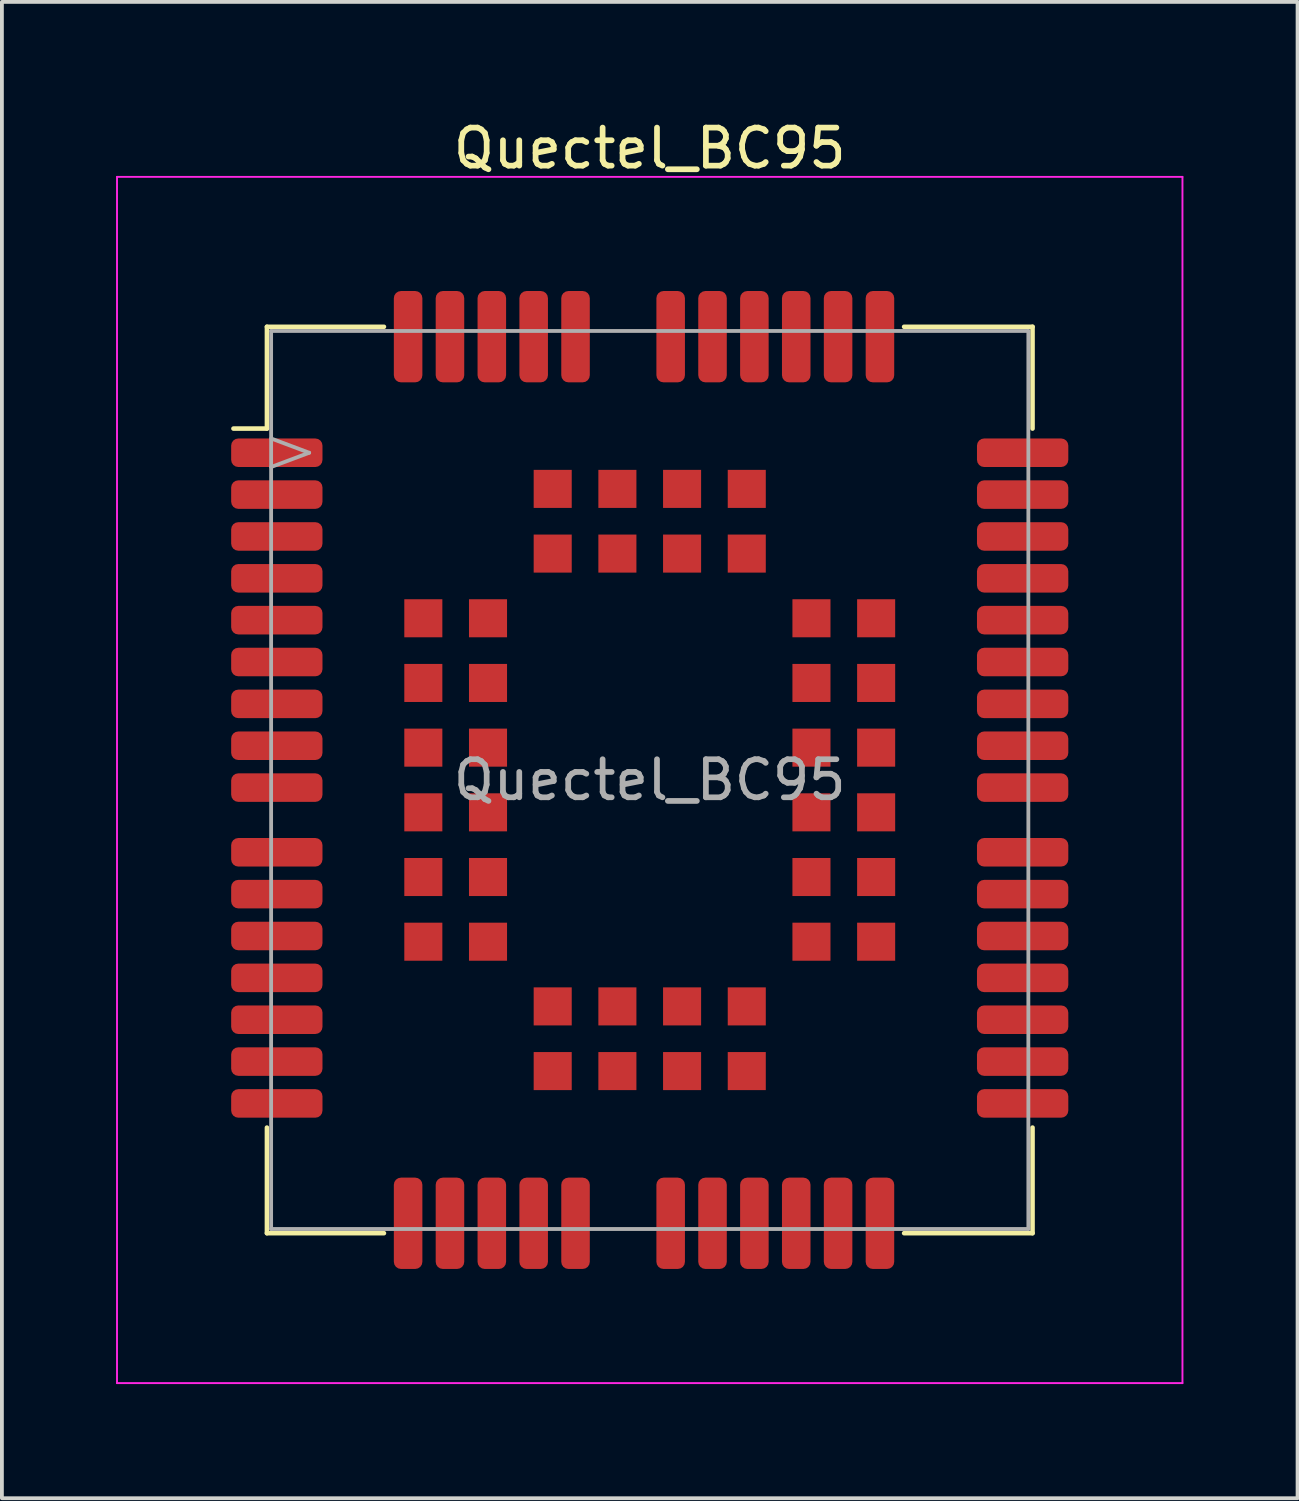
<source format=kicad_pcb>
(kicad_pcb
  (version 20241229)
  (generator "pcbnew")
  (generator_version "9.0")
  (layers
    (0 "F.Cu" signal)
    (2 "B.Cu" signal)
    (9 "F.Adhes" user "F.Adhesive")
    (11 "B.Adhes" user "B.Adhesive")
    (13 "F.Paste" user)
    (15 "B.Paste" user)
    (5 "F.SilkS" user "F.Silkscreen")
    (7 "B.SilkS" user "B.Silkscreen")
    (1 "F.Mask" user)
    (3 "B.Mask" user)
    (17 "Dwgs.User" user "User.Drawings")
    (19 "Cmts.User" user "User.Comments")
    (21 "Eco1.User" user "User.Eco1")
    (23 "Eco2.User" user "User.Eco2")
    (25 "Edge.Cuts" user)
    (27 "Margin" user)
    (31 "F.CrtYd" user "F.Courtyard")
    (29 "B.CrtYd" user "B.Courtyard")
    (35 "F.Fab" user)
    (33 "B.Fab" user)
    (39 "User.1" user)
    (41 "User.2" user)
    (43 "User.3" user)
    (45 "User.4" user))
  (footprint "Quectel_BC95"
    (layer "F.Cu")
    (at 14.025 17.448)
    (property "Reference" "Quectel_BC95" (at 0 -16.6 0) (unlocked yes) (layer "F.SilkS") (effects (font (size 1 1) (thickness 0.15))))
    (attr smd)
    (fp_line (start -10.94 -9.235) (end -10.06 -9.235) (stroke (width 0.12) (type solid)) (layer "F.SilkS"))
    (fp_line (start -10.06 -11.91) (end -10.06 -9.235) (stroke (width 0.12) (type solid)) (layer "F.SilkS"))
    (fp_line (start -10.06 -11.91) (end -6.985 -11.91) (stroke (width 0.12) (type solid)) (layer "F.SilkS"))
    (fp_line (start -10.06 9.135) (end -10.06 11.91) (stroke (width 0.12) (type solid)) (layer "F.SilkS"))
    (fp_line (start -10.06 11.91) (end -6.985 11.91) (stroke (width 0.12) (type solid)) (layer "F.SilkS"))
    (fp_line (start 6.685 -11.91) (end 10.06 -11.91) (stroke (width 0.12) (type solid)) (layer "F.SilkS"))
    (fp_line (start 6.685 11.91) (end 10.06 11.91) (stroke (width 0.12) (type solid)) (layer "F.SilkS"))
    (fp_line (start 10.06 -11.91) (end 10.06 -9.235) (stroke (width 0.12) (type solid)) (layer "F.SilkS"))
    (fp_line (start 10.06 11.91) (end 10.06 9.135) (stroke (width 0.12) (type solid)) (layer "F.SilkS"))
    (fp_line (start -14 -15.85) (end -14 15.85) (stroke (width 0.05) (type solid)) (layer "F.CrtYd"))
    (fp_line (start -14 -15.85) (end 14 -15.85) (stroke (width 0.05) (type solid)) (layer "F.CrtYd"))
    (fp_line (start -14 15.85) (end 14 15.85) (stroke (width 0.05) (type solid)) (layer "F.CrtYd"))
    (fp_line (start 14 -15.85) (end 14 15.85) (stroke (width 0.05) (type solid)) (layer "F.CrtYd"))
    (fp_line (start -9.95 -11.8) (end -9.95 11.8) (stroke (width 0.1) (type solid)) (layer "F.Fab"))
    (fp_line (start -9.95 -11.8) (end 9.95 -11.8) (stroke (width 0.1) (type solid)) (layer "F.Fab"))
    (fp_line (start -9.95 -8.975) (end -8.95 -8.6) (stroke (width 0.1) (type solid)) (layer "F.Fab"))
    (fp_line (start -9.95 11.8) (end 9.95 11.8) (stroke (width 0.1) (type solid)) (layer "F.Fab"))
    (fp_line (start -8.95 -8.6) (end -9.95 -8.225) (stroke (width 0.1) (type solid)) (layer "F.Fab"))
    (fp_line (start 9.95 -11.8) (end 9.95 11.8) (stroke (width 0.1) (type solid)) (layer "F.Fab"))
    (fp_text user "${REFERENCE}" (at 0 0 0) (layer "F.Fab") (effects (font (size 1 1) (thickness 0.15))))
    (pad "" smd roundrect (at -10.1 -8.6) (size 2.6 0.637) (layers "F.Paste") (roundrect_rratio 0.25))
    (pad "" smd roundrect (at -10.1 -7.5) (size 2.6 0.637) (layers "F.Paste") (roundrect_rratio 0.25))
    (pad "" smd roundrect (at -10.1 -6.4) (size 2.6 0.637) (layers "F.Paste") (roundrect_rratio 0.25))
    (pad "" smd roundrect (at -10.1 -5.3) (size 2.6 0.637) (layers "F.Paste") (roundrect_rratio 0.25))
    (pad "" smd roundrect (at -10.1 -4.2) (size 2.6 0.637) (layers "F.Paste") (roundrect_rratio 0.25))
    (pad "" smd roundrect (at -10.1 -3.1) (size 2.6 0.637) (layers "F.Paste") (roundrect_rratio 0.25))
    (pad "" smd roundrect (at -10.1 -2) (size 2.6 0.637) (layers "F.Paste") (roundrect_rratio 0.25))
    (pad "" smd roundrect (at -10.1 -0.9) (size 2.6 0.637) (layers "F.Paste") (roundrect_rratio 0.25))
    (pad "" smd roundrect (at -10.1 0.2) (size 2.6 0.637) (layers "F.Paste") (roundrect_rratio 0.25))
    (pad "" smd roundrect (at -10.1 1.9) (size 2.6 0.637) (layers "F.Paste") (roundrect_rratio 0.25))
    (pad "" smd roundrect (at -10.1 3) (size 2.6 0.637) (layers "F.Paste") (roundrect_rratio 0.25))
    (pad "" smd roundrect (at -10.1 4.1) (size 2.6 0.637) (layers "F.Paste") (roundrect_rratio 0.25))
    (pad "" smd roundrect (at -10.1 5.2) (size 2.6 0.637) (layers "F.Paste") (roundrect_rratio 0.25))
    (pad "" smd roundrect (at -10.1 6.3) (size 2.6 0.637) (layers "F.Paste") (roundrect_rratio 0.25))
    (pad "" smd roundrect (at -10.1 7.4) (size 2.6 0.637) (layers "F.Paste") (roundrect_rratio 0.25))
    (pad "" smd roundrect (at -10.1 8.5) (size 2.6 0.637) (layers "F.Paste") (roundrect_rratio 0.25))
    (pad "" smd roundrect (at -6.35 -11.95 90) (size 2.6 0.637) (layers "F.Paste") (roundrect_rratio 0.25))
    (pad "" smd roundrect (at -6.35 11.95 90) (size 2.6 0.637) (layers "F.Paste") (roundrect_rratio 0.25))
    (pad "" smd circle (at -5.95 -4.25) (size 0.9 0.9) (layers "F.Paste"))
    (pad "" smd circle (at -5.95 -2.55) (size 0.9 0.9) (layers "F.Paste"))
    (pad "" smd circle (at -5.95 -0.85) (size 0.9 0.9) (layers "F.Paste"))
    (pad "" smd circle (at -5.95 0.85) (size 0.9 0.9) (layers "F.Paste"))
    (pad "" smd circle (at -5.95 2.55) (size 0.9 0.9) (layers "F.Paste"))
    (pad "" smd circle (at -5.95 4.25) (size 0.9 0.9) (layers "F.Paste"))
    (pad "" smd roundrect (at -5.25 -11.95 90) (size 2.6 0.637) (layers "F.Paste") (roundrect_rratio 0.25))
    (pad "" smd roundrect (at -5.25 11.95 90) (size 2.6 0.637) (layers "F.Paste") (roundrect_rratio 0.25))
    (pad "" smd circle (at -4.25 -4.25) (size 0.9 0.9) (layers "F.Paste"))
    (pad "" smd circle (at -4.25 -2.55) (size 0.9 0.9) (layers "F.Paste"))
    (pad "" smd circle (at -4.25 -0.85) (size 0.9 0.9) (layers "F.Paste"))
    (pad "" smd circle (at -4.25 0.85) (size 0.9 0.9) (layers "F.Paste"))
    (pad "" smd circle (at -4.25 2.55) (size 0.9 0.9) (layers "F.Paste"))
    (pad "" smd circle (at -4.25 4.25) (size 0.9 0.9) (layers "F.Paste"))
    (pad "" smd roundrect (at -4.15 -11.95 90) (size 2.6 0.637) (layers "F.Paste") (roundrect_rratio 0.25))
    (pad "" smd roundrect (at -4.15 11.95 90) (size 2.6 0.637) (layers "F.Paste") (roundrect_rratio 0.25))
    (pad "" smd roundrect (at -3.05 -11.95 90) (size 2.6 0.637) (layers "F.Paste") (roundrect_rratio 0.25))
    (pad "" smd roundrect (at -3.05 11.95 90) (size 2.6 0.637) (layers "F.Paste") (roundrect_rratio 0.25))
    (pad "" smd circle (at -2.55 -7.65) (size 0.9 0.9) (layers "F.Paste"))
    (pad "" smd circle (at -2.55 -5.95) (size 0.9 0.9) (layers "F.Paste"))
    (pad "" smd circle (at -2.55 5.95) (size 0.9 0.9) (layers "F.Paste"))
    (pad "" smd circle (at -2.55 7.65) (size 0.9 0.9) (layers "F.Paste"))
    (pad "" smd roundrect (at -1.95 -11.95 90) (size 2.6 0.637) (layers "F.Paste") (roundrect_rratio 0.25))
    (pad "" smd roundrect (at -1.95 11.95 90) (size 2.6 0.637) (layers "F.Paste") (roundrect_rratio 0.25))
    (pad "" smd circle (at -0.85 -7.65) (size 0.9 0.9) (layers "F.Paste"))
    (pad "" smd circle (at -0.85 -5.95) (size 0.9 0.9) (layers "F.Paste"))
    (pad "" smd circle (at -0.85 5.95) (size 0.9 0.9) (layers "F.Paste"))
    (pad "" smd circle (at -0.85 7.65) (size 0.9 0.9) (layers "F.Paste"))
    (pad "" smd roundrect (at 0.55 -11.95 90) (size 2.6 0.637) (layers "F.Paste") (roundrect_rratio 0.25))
    (pad "" smd roundrect (at 0.55 11.95 90) (size 2.6 0.637) (layers "F.Paste") (roundrect_rratio 0.25))
    (pad "" smd circle (at 0.85 -7.65) (size 0.9 0.9) (layers "F.Paste"))
    (pad "" smd circle (at 0.85 -5.95) (size 0.9 0.9) (layers "F.Paste"))
    (pad "" smd circle (at 0.85 5.95) (size 0.9 0.9) (layers "F.Paste"))
    (pad "" smd circle (at 0.85 7.65) (size 0.9 0.9) (layers "F.Paste"))
    (pad "" smd roundrect (at 1.65 -11.95 90) (size 2.6 0.637) (layers "F.Paste") (roundrect_rratio 0.25))
    (pad "" smd roundrect (at 1.65 11.95 90) (size 2.6 0.637) (layers "F.Paste") (roundrect_rratio 0.25))
    (pad "" smd circle (at 2.55 -7.65) (size 0.9 0.9) (layers "F.Paste"))
    (pad "" smd circle (at 2.55 -5.95) (size 0.9 0.9) (layers "F.Paste"))
    (pad "" smd circle (at 2.55 5.95) (size 0.9 0.9) (layers "F.Paste"))
    (pad "" smd circle (at 2.55 7.65) (size 0.9 0.9) (layers "F.Paste"))
    (pad "" smd roundrect (at 2.75 -11.95 90) (size 2.6 0.637) (layers "F.Paste") (roundrect_rratio 0.25))
    (pad "" smd roundrect (at 2.75 11.95 90) (size 2.6 0.637) (layers "F.Paste") (roundrect_rratio 0.25))
    (pad "" smd roundrect (at 3.85 -11.95 90) (size 2.6 0.637) (layers "F.Paste") (roundrect_rratio 0.25))
    (pad "" smd roundrect (at 3.85 11.95 90) (size 2.6 0.637) (layers "F.Paste") (roundrect_rratio 0.25))
    (pad "" smd circle (at 4.25 -4.25) (size 0.9 0.9) (layers "F.Paste"))
    (pad "" smd circle (at 4.25 -2.55) (size 0.9 0.9) (layers "F.Paste"))
    (pad "" smd circle (at 4.25 -0.85) (size 0.9 0.9) (layers "F.Paste"))
    (pad "" smd circle (at 4.25 0.85) (size 0.9 0.9) (layers "F.Paste"))
    (pad "" smd circle (at 4.25 2.55) (size 0.9 0.9) (layers "F.Paste"))
    (pad "" smd circle (at 4.25 4.25) (size 0.9 0.9) (layers "F.Paste"))
    (pad "" smd roundrect (at 4.95 -11.95 90) (size 2.6 0.637) (layers "F.Paste") (roundrect_rratio 0.25))
    (pad "" smd roundrect (at 4.95 11.95 90) (size 2.6 0.637) (layers "F.Paste") (roundrect_rratio 0.25))
    (pad "" smd circle (at 5.95 -4.25) (size 0.9 0.9) (layers "F.Paste"))
    (pad "" smd circle (at 5.95 -2.55) (size 0.9 0.9) (layers "F.Paste"))
    (pad "" smd circle (at 5.95 -0.85) (size 0.9 0.9) (layers "F.Paste"))
    (pad "" smd circle (at 5.95 0.85) (size 0.9 0.9) (layers "F.Paste"))
    (pad "" smd circle (at 5.95 2.55) (size 0.9 0.9) (layers "F.Paste"))
    (pad "" smd circle (at 5.95 4.25) (size 0.9 0.9) (layers "F.Paste"))
    (pad "" smd roundrect (at 6.05 -11.95 90) (size 2.6 0.637) (layers "F.Paste") (roundrect_rratio 0.25))
    (pad "" smd roundrect (at 6.05 11.95 90) (size 2.6 0.637) (layers "F.Paste") (roundrect_rratio 0.25))
    (pad "" smd roundrect (at 10.1 -8.6) (size 2.6 0.637) (layers "F.Paste") (roundrect_rratio 0.25))
    (pad "" smd roundrect (at 10.1 -7.5) (size 2.6 0.637) (layers "F.Paste") (roundrect_rratio 0.25))
    (pad "" smd roundrect (at 10.1 -6.4) (size 2.6 0.637) (layers "F.Paste") (roundrect_rratio 0.25))
    (pad "" smd roundrect (at 10.1 -5.3) (size 2.6 0.637) (layers "F.Paste") (roundrect_rratio 0.25))
    (pad "" smd roundrect (at 10.1 -4.2) (size 2.6 0.637) (layers "F.Paste") (roundrect_rratio 0.25))
    (pad "" smd roundrect (at 10.1 -3.1) (size 2.6 0.637) (layers "F.Paste") (roundrect_rratio 0.25))
    (pad "" smd roundrect (at 10.1 -2) (size 2.6 0.637) (layers "F.Paste") (roundrect_rratio 0.25))
    (pad "" smd roundrect (at 10.1 -0.9) (size 2.6 0.637) (layers "F.Paste") (roundrect_rratio 0.25))
    (pad "" smd roundrect (at 10.1 0.2) (size 2.6 0.637) (layers "F.Paste") (roundrect_rratio 0.25))
    (pad "" smd roundrect (at 10.1 1.9) (size 2.6 0.637) (layers "F.Paste") (roundrect_rratio 0.25))
    (pad "" smd roundrect (at 10.1 3) (size 2.6 0.637) (layers "F.Paste") (roundrect_rratio 0.25))
    (pad "" smd roundrect (at 10.1 4.1) (size 2.6 0.637) (layers "F.Paste") (roundrect_rratio 0.25))
    (pad "" smd roundrect (at 10.1 5.2) (size 2.6 0.637) (layers "F.Paste") (roundrect_rratio 0.25))
    (pad "" smd roundrect (at 10.1 6.3) (size 2.6 0.637) (layers "F.Paste") (roundrect_rratio 0.25))
    (pad "" smd roundrect (at 10.1 7.4) (size 2.6 0.637) (layers "F.Paste") (roundrect_rratio 0.25))
    (pad "" smd roundrect (at 10.1 8.5) (size 2.6 0.637) (layers "F.Paste") (roundrect_rratio 0.25))
    (pad "1" smd roundrect (at -9.8 -8.6) (size 2.4 0.75) (layers "F.Cu" "F.Mask") (roundrect_rratio 0.25))
    (pad "2" smd roundrect (at -9.8 -7.5) (size 2.4 0.75) (layers "F.Cu" "F.Mask") (roundrect_rratio 0.25))
    (pad "3" smd roundrect (at -9.8 -6.4) (size 2.4 0.75) (layers "F.Cu" "F.Mask") (roundrect_rratio 0.25))
    (pad "4" smd roundrect (at -9.8 -5.3) (size 2.4 0.75) (layers "F.Cu" "F.Mask") (roundrect_rratio 0.25))
    (pad "5" smd roundrect (at -9.8 -4.2) (size 2.4 0.75) (layers "F.Cu" "F.Mask") (roundrect_rratio 0.25))
    (pad "6" smd roundrect (at -9.8 -3.1) (size 2.4 0.75) (layers "F.Cu" "F.Mask") (roundrect_rratio 0.25))
    (pad "7" smd roundrect (at -9.8 -2) (size 2.4 0.75) (layers "F.Cu" "F.Mask") (roundrect_rratio 0.25))
    (pad "8" smd roundrect (at -9.8 -0.9) (size 2.4 0.75) (layers "F.Cu" "F.Mask") (roundrect_rratio 0.25))
    (pad "9" smd roundrect (at -9.8 0.2) (size 2.4 0.75) (layers "F.Cu" "F.Mask") (roundrect_rratio 0.25))
    (pad "10" smd roundrect (at -9.8 1.9) (size 2.4 0.75) (layers "F.Cu" "F.Mask") (roundrect_rratio 0.25))
    (pad "11" smd roundrect (at -9.8 3) (size 2.4 0.75) (layers "F.Cu" "F.Mask") (roundrect_rratio 0.25))
    (pad "12" smd roundrect (at -9.8 4.1) (size 2.4 0.75) (layers "F.Cu" "F.Mask") (roundrect_rratio 0.25))
    (pad "13" smd roundrect (at -9.8 5.2) (size 2.4 0.75) (layers "F.Cu" "F.Mask") (roundrect_rratio 0.25))
    (pad "14" smd roundrect (at -9.8 6.3) (size 2.4 0.75) (layers "F.Cu" "F.Mask") (roundrect_rratio 0.25))
    (pad "15" smd roundrect (at -9.8 7.4) (size 2.4 0.75) (layers "F.Cu" "F.Mask") (roundrect_rratio 0.25))
    (pad "16" smd roundrect (at -9.8 8.5) (size 2.4 0.75) (layers "F.Cu" "F.Mask") (roundrect_rratio 0.25))
    (pad "17" smd roundrect (at -6.35 11.65) (size 0.75 2.4) (layers "F.Cu" "F.Mask") (roundrect_rratio 0.25))
    (pad "18" smd roundrect (at -5.25 11.65) (size 0.75 2.4) (layers "F.Cu" "F.Mask") (roundrect_rratio 0.25))
    (pad "19" smd roundrect (at -4.15 11.65) (size 0.75 2.4) (layers "F.Cu" "F.Mask") (roundrect_rratio 0.25))
    (pad "20" smd roundrect (at -3.05 11.65) (size 0.75 2.4) (layers "F.Cu" "F.Mask") (roundrect_rratio 0.25))
    (pad "21" smd roundrect (at -1.95 11.65) (size 0.75 2.4) (layers "F.Cu" "F.Mask") (roundrect_rratio 0.25))
    (pad "22" smd roundrect (at 0.55 11.65) (size 0.75 2.4) (layers "F.Cu" "F.Mask") (roundrect_rratio 0.25))
    (pad "23" smd roundrect (at 1.65 11.65) (size 0.75 2.4) (layers "F.Cu" "F.Mask") (roundrect_rratio 0.25))
    (pad "24" smd roundrect (at 2.75 11.65) (size 0.75 2.4) (layers "F.Cu" "F.Mask") (roundrect_rratio 0.25))
    (pad "25" smd roundrect (at 3.85 11.65) (size 0.75 2.4) (layers "F.Cu" "F.Mask") (roundrect_rratio 0.25))
    (pad "26" smd roundrect (at 4.95 11.65) (size 0.75 2.4) (layers "F.Cu" "F.Mask") (roundrect_rratio 0.25))
    (pad "27" smd roundrect (at 6.05 11.65) (size 0.75 2.4) (layers "F.Cu" "F.Mask") (roundrect_rratio 0.25))
    (pad "28" smd roundrect (at 9.8 8.5) (size 2.4 0.75) (layers "F.Cu" "F.Mask") (roundrect_rratio 0.25))
    (pad "29" smd roundrect (at 9.8 7.4) (size 2.4 0.75) (layers "F.Cu" "F.Mask") (roundrect_rratio 0.25))
    (pad "30" smd roundrect (at 9.8 6.3) (size 2.4 0.75) (layers "F.Cu" "F.Mask") (roundrect_rratio 0.25))
    (pad "31" smd roundrect (at 9.8 5.2) (size 2.4 0.75) (layers "F.Cu" "F.Mask") (roundrect_rratio 0.25))
    (pad "32" smd roundrect (at 9.8 4.1) (size 2.4 0.75) (layers "F.Cu" "F.Mask") (roundrect_rratio 0.25))
    (pad "33" smd roundrect (at 9.8 3) (size 2.4 0.75) (layers "F.Cu" "F.Mask") (roundrect_rratio 0.25))
    (pad "34" smd roundrect (at 9.8 1.9) (size 2.4 0.75) (layers "F.Cu" "F.Mask") (roundrect_rratio 0.25))
    (pad "35" smd roundrect (at 9.8 0.2) (size 2.4 0.75) (layers "F.Cu" "F.Mask") (roundrect_rratio 0.25))
    (pad "36" smd roundrect (at 9.8 -0.9) (size 2.4 0.75) (layers "F.Cu" "F.Mask") (roundrect_rratio 0.25))
    (pad "37" smd roundrect (at 9.8 -2) (size 2.4 0.75) (layers "F.Cu" "F.Mask") (roundrect_rratio 0.25))
    (pad "38" smd roundrect (at 9.8 -3.1) (size 2.4 0.75) (layers "F.Cu" "F.Mask") (roundrect_rratio 0.25))
    (pad "39" smd roundrect (at 9.8 -4.2) (size 2.4 0.75) (layers "F.Cu" "F.Mask") (roundrect_rratio 0.25))
    (pad "40" smd roundrect (at 9.8 -5.3) (size 2.4 0.75) (layers "F.Cu" "F.Mask") (roundrect_rratio 0.25))
    (pad "41" smd roundrect (at 9.8 -6.4) (size 2.4 0.75) (layers "F.Cu" "F.Mask") (roundrect_rratio 0.25))
    (pad "42" smd roundrect (at 9.8 -7.5) (size 2.4 0.75) (layers "F.Cu" "F.Mask") (roundrect_rratio 0.25))
    (pad "43" smd roundrect (at 9.8 -8.6) (size 2.4 0.75) (layers "F.Cu" "F.Mask") (roundrect_rratio 0.25))
    (pad "44" smd roundrect (at 6.05 -11.65) (size 0.75 2.4) (layers "F.Cu" "F.Mask") (roundrect_rratio 0.25))
    (pad "45" smd roundrect (at 4.95 -11.65) (size 0.75 2.4) (layers "F.Cu" "F.Mask") (roundrect_rratio 0.25))
    (pad "46" smd roundrect (at 3.85 -11.65) (size 0.75 2.4) (layers "F.Cu" "F.Mask") (roundrect_rratio 0.25))
    (pad "47" smd roundrect (at 2.75 -11.65) (size 0.75 2.4) (layers "F.Cu" "F.Mask") (roundrect_rratio 0.25))
    (pad "48" smd roundrect (at 1.65 -11.65) (size 0.75 2.4) (layers "F.Cu" "F.Mask") (roundrect_rratio 0.25))
    (pad "49" smd roundrect (at 0.55 -11.65) (size 0.75 2.4) (layers "F.Cu" "F.Mask") (roundrect_rratio 0.25))
    (pad "50" smd roundrect (at -1.95 -11.65) (size 0.75 2.4) (layers "F.Cu" "F.Mask") (roundrect_rratio 0.25))
    (pad "51" smd roundrect (at -3.05 -11.65) (size 0.75 2.4) (layers "F.Cu" "F.Mask") (roundrect_rratio 0.25))
    (pad "52" smd roundrect (at -4.15 -11.65) (size 0.75 2.4) (layers "F.Cu" "F.Mask") (roundrect_rratio 0.25))
    (pad "53" smd roundrect (at -5.25 -11.65) (size 0.75 2.4) (layers "F.Cu" "F.Mask") (roundrect_rratio 0.25))
    (pad "54" smd roundrect (at -6.35 -11.65) (size 0.75 2.4) (layers "F.Cu" "F.Mask") (roundrect_rratio 0.25))
    (pad "55" smd rect (at -5.95 -4.25) (size 1 1) (layers "F.Cu" "F.Mask"))
    (pad "56" smd rect (at -5.95 -2.55) (size 1 1) (layers "F.Cu" "F.Mask"))
    (pad "57" smd rect (at -5.95 -0.85) (size 1 1) (layers "F.Cu" "F.Mask"))
    (pad "58" smd rect (at -5.95 0.85) (size 1 1) (layers "F.Cu" "F.Mask"))
    (pad "59" smd rect (at -5.95 2.55) (size 1 1) (layers "F.Cu" "F.Mask"))
    (pad "60" smd rect (at -5.95 4.25) (size 1 1) (layers "F.Cu" "F.Mask"))
    (pad "61" smd rect (at -2.55 7.65) (size 1 1) (layers "F.Cu" "F.Mask"))
    (pad "62" smd rect (at -0.85 7.65) (size 1 1) (layers "F.Cu" "F.Mask"))
    (pad "63" smd rect (at 0.85 7.65) (size 1 1) (layers "F.Cu" "F.Mask"))
    (pad "64" smd rect (at 2.55 7.65) (size 1 1) (layers "F.Cu" "F.Mask"))
    (pad "65" smd rect (at 5.95 4.25) (size 1 1) (layers "F.Cu" "F.Mask"))
    (pad "66" smd rect (at 5.95 2.55) (size 1 1) (layers "F.Cu" "F.Mask"))
    (pad "67" smd rect (at 5.95 0.85) (size 1 1) (layers "F.Cu" "F.Mask"))
    (pad "68" smd rect (at 5.95 -0.85) (size 1 1) (layers "F.Cu" "F.Mask"))
    (pad "69" smd rect (at 5.95 -2.55) (size 1 1) (layers "F.Cu" "F.Mask"))
    (pad "70" smd rect (at 5.95 -4.25) (size 1 1) (layers "F.Cu" "F.Mask"))
    (pad "71" smd rect (at 2.55 -7.65) (size 1 1) (layers "F.Cu" "F.Mask"))
    (pad "72" smd rect (at 0.85 -7.65) (size 1 1) (layers "F.Cu" "F.Mask"))
    (pad "73" smd rect (at -0.85 -7.65) (size 1 1) (layers "F.Cu" "F.Mask"))
    (pad "74" smd rect (at -2.55 -7.65) (size 1 1) (layers "F.Cu" "F.Mask"))
    (pad "75" smd rect (at -4.25 -4.25) (size 1 1) (layers "F.Cu" "F.Mask"))
    (pad "76" smd rect (at -4.25 -2.55) (size 1 1) (layers "F.Cu" "F.Mask"))
    (pad "77" smd rect (at -4.25 -0.85) (size 1 1) (layers "F.Cu" "F.Mask"))
    (pad "78" smd rect (at -4.25 0.85) (size 1 1) (layers "F.Cu" "F.Mask"))
    (pad "79" smd rect (at -4.25 2.55) (size 1 1) (layers "F.Cu" "F.Mask"))
    (pad "80" smd rect (at -4.25 4.25) (size 1 1) (layers "F.Cu" "F.Mask"))
    (pad "81" smd rect (at -2.55 5.95) (size 1 1) (layers "F.Cu" "F.Mask"))
    (pad "82" smd rect (at -0.85 5.95) (size 1 1) (layers "F.Cu" "F.Mask"))
    (pad "83" smd rect (at 0.85 5.95) (size 1 1) (layers "F.Cu" "F.Mask"))
    (pad "84" smd rect (at 2.55 5.95) (size 1 1) (layers "F.Cu" "F.Mask"))
    (pad "85" smd rect (at 4.25 4.25) (size 1 1) (layers "F.Cu" "F.Mask"))
    (pad "86" smd rect (at 4.25 2.55) (size 1 1) (layers "F.Cu" "F.Mask"))
    (pad "87" smd rect (at 4.25 0.85) (size 1 1) (layers "F.Cu" "F.Mask"))
    (pad "88" smd rect (at 4.25 -0.85) (size 1 1) (layers "F.Cu" "F.Mask"))
    (pad "89" smd rect (at 4.25 -2.55) (size 1 1) (layers "F.Cu" "F.Mask"))
    (pad "90" smd rect (at 4.25 -4.25) (size 1 1) (layers "F.Cu" "F.Mask"))
    (pad "91" smd rect (at 2.55 -5.95) (size 1 1) (layers "F.Cu" "F.Mask"))
    (pad "92" smd rect (at 0.85 -5.95) (size 1 1) (layers "F.Cu" "F.Mask"))
    (pad "93" smd rect (at -0.85 -5.95) (size 1 1) (layers "F.Cu" "F.Mask"))
    (pad "94" smd rect (at -2.55 -5.95) (size 1 1) (layers "F.Cu" "F.Mask")))
  (gr_rect
    (start -3 -3)
    (end 31.05 36.323)
    (stroke (width 0.1) (type default))
    (fill no)
    (layer "Edge.Cuts")))
</source>
